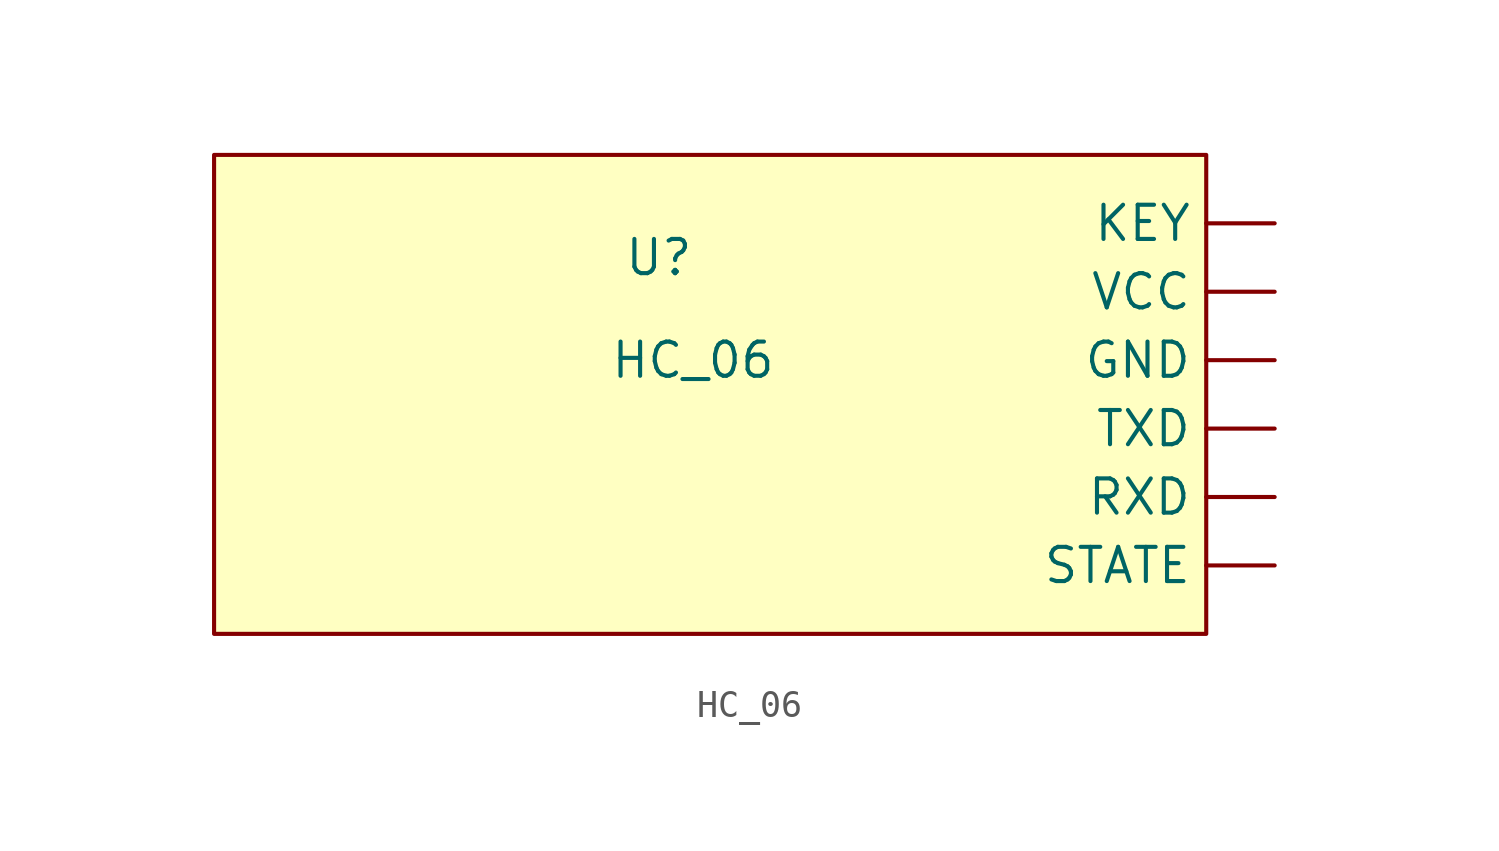
<source format=kicad_sym>
(kicad_symbol_lib
  (version 20211014)
  (generator kicad_symbol_editor)
  (symbol "HC_06"
    (property "Reference" "U"
      (at -2.54 5.08 0)
      (effects (font (size 1.27 1.27))))
    (property "Value" "HC_06"
      (at -1.27 1.27 0)
      (effects (font (size 1.27 1.27))))
    (symbol "HC_06_0_1"
      (rectangle (start 17.78 8.89) (end -19.05 -8.89) (stroke (width 0) (type default) (color 0 0 0 0)) (fill (type background))))
    (symbol "HC_06_1_1"
      (pin input line (at 20.32 1.27 180) (length 2.54) (name "GND" (effects (font (size 1.27 1.27)))) (number "" (effects (font (size 1.27 1.27)))))
      (pin input line (at 20.32 6.35 180) (length 2.54) (name "KEY" (effects (font (size 1.27 1.27)))) (number "" (effects (font (size 1.27 1.27)))))
      (pin input line (at 20.32 -3.81 180) (length 2.54) (name "RXD" (effects (font (size 1.27 1.27)))) (number "" (effects (font (size 1.27 1.27)))))
      (pin input line (at 20.32 -6.35 180) (length 2.54) (name "STATE" (effects (font (size 1.27 1.27)))) (number "" (effects (font (size 1.27 1.27)))))
      (pin input line (at 20.32 -1.27 180) (length 2.54) (name "TXD" (effects (font (size 1.27 1.27)))) (number "" (effects (font (size 1.27 1.27)))))
      (pin input line (at 20.32 3.81 180) (length 2.54) (name "VCC" (effects (font (size 1.27 1.27)))) (number "" (effects (font (size 1.27 1.27))))))))
</source>
